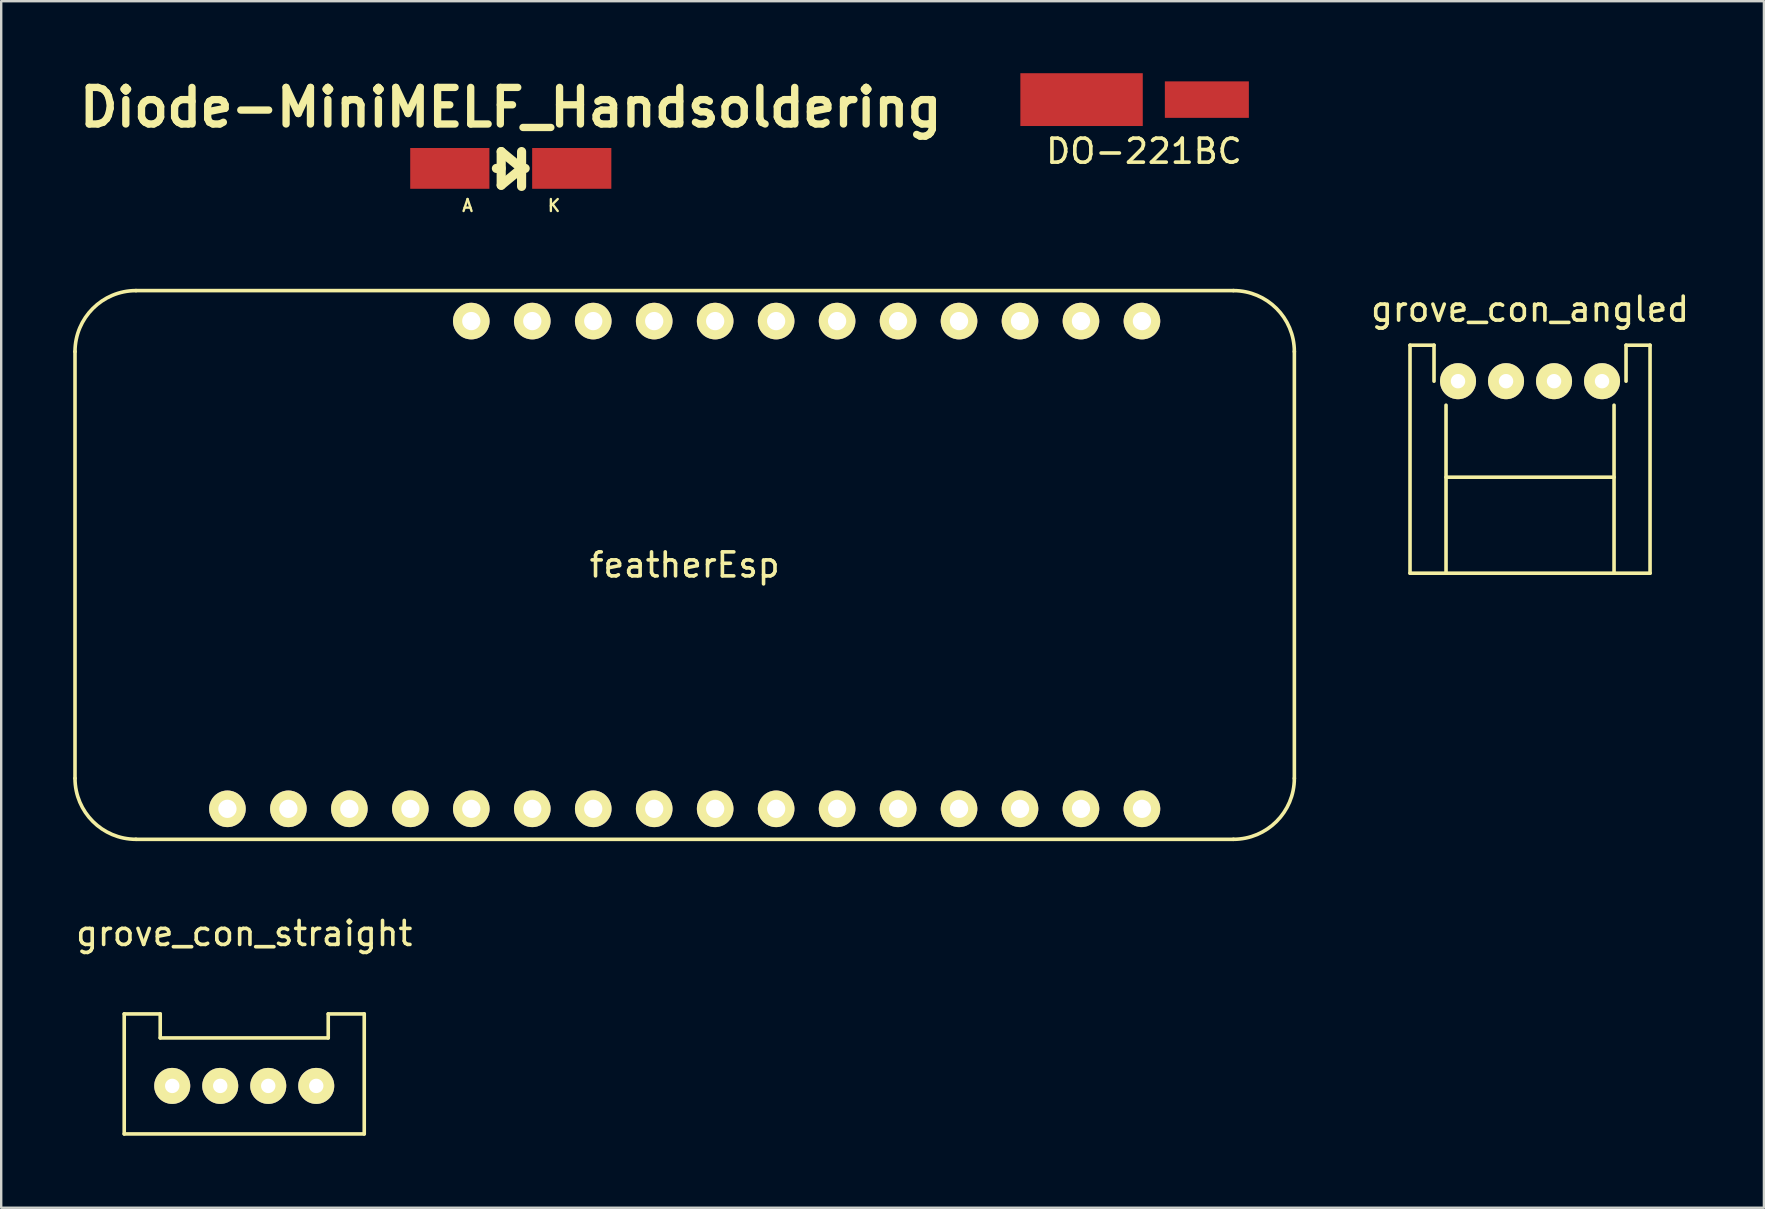
<source format=kicad_pcb>
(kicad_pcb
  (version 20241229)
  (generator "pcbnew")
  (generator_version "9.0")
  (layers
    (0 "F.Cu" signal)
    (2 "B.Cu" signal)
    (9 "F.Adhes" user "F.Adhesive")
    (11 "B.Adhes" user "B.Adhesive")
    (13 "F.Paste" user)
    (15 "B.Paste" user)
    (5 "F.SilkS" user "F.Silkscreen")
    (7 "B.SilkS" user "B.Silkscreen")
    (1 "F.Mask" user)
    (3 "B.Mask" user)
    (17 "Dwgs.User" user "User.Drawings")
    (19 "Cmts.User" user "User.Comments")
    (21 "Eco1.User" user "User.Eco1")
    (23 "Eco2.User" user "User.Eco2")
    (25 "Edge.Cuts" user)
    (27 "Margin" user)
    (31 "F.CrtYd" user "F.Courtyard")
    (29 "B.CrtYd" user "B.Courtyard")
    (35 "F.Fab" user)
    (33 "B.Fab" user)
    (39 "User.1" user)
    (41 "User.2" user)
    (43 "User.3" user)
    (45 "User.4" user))
  (footprint "featherEsp"
    (layer "F.Cu")
    (at 25.475 20.487)
    (property "Reference" "featherEsp" (at 0 0 0) (layer "F.SilkS") (effects (font (size 1 1) (thickness 0.15))))
    (attr through_hole)
    (fp_line (start -25.4 -8.89) (end -25.4 8.89) (stroke (width 0.15) (type solid)) (layer "F.SilkS"))
    (fp_line (start -22.86 11.43) (end 22.86 11.43) (stroke (width 0.15) (type solid)) (layer "F.SilkS"))
    (fp_line (start 22.86 -11.43) (end -22.86 -11.43) (stroke (width 0.15) (type solid)) (layer "F.SilkS"))
    (fp_line (start 25.4 -8.89) (end 25.4 8.89) (stroke (width 0.15) (type solid)) (layer "F.SilkS"))
    (fp_arc (start -25.4 -8.89) (mid -24.656051 -10.686051) (end -22.86 -11.43) (stroke (width 0.15) (type solid)) (layer "F.SilkS"))
    (fp_arc (start -22.86 11.43) (mid -24.656051 10.686051) (end -25.4 8.89) (stroke (width 0.15) (type solid)) (layer "F.SilkS"))
    (fp_arc (start 22.86 -11.43) (mid 24.656051 -10.686051) (end 25.4 -8.89) (stroke (width 0.15) (type solid)) (layer "F.SilkS"))
    (fp_arc (start 25.4 8.89) (mid 24.656051 10.686051) (end 22.86 11.43) (stroke (width 0.15) (type solid)) (layer "F.SilkS"))
    (pad "1" thru_hole circle (at 19.05 -10.16) (size 1.524 1.524) (drill 0.762) (layers "*.Cu" "*.Mask" "F.SilkS"))
    (pad "2" thru_hole circle (at 16.51 -10.16) (size 1.524 1.524) (drill 0.762) (layers "*.Cu" "*.Mask" "F.SilkS"))
    (pad "3" thru_hole circle (at 13.97 -10.16) (size 1.524 1.524) (drill 0.762) (layers "*.Cu" "*.Mask" "F.SilkS"))
    (pad "4" thru_hole circle (at 11.43 -10.16) (size 1.524 1.524) (drill 0.762) (layers "*.Cu" "*.Mask" "F.SilkS"))
    (pad "5" thru_hole circle (at 8.89 -10.16) (size 1.524 1.524) (drill 0.762) (layers "*.Cu" "*.Mask" "F.SilkS"))
    (pad "6" thru_hole circle (at 6.35 -10.16) (size 1.524 1.524) (drill 0.762) (layers "*.Cu" "*.Mask" "F.SilkS"))
    (pad "7" thru_hole circle (at 3.81 -10.16) (size 1.524 1.524) (drill 0.762) (layers "*.Cu" "*.Mask" "F.SilkS"))
    (pad "8" thru_hole circle (at 1.27 -10.16) (size 1.524 1.524) (drill 0.762) (layers "*.Cu" "*.Mask" "F.SilkS"))
    (pad "9" thru_hole circle (at -1.27 -10.16) (size 1.524 1.524) (drill 0.762) (layers "*.Cu" "*.Mask" "F.SilkS"))
    (pad "10" thru_hole circle (at -3.81 -10.16) (size 1.524 1.524) (drill 0.762) (layers "*.Cu" "*.Mask" "F.SilkS"))
    (pad "11" thru_hole circle (at -6.35 -10.16) (size 1.524 1.524) (drill 0.762) (layers "*.Cu" "*.Mask" "F.SilkS"))
    (pad "12" thru_hole circle (at -8.89 -10.16) (size 1.524 1.524) (drill 0.762) (layers "*.Cu" "*.Mask" "F.SilkS"))
    (pad "13" thru_hole circle (at -19.05 10.16) (size 1.524 1.524) (drill 0.762) (layers "*.Cu" "*.Mask" "F.SilkS"))
    (pad "14" thru_hole circle (at -16.51 10.16) (size 1.524 1.524) (drill 0.762) (layers "*.Cu" "*.Mask" "F.SilkS"))
    (pad "15" thru_hole circle (at -13.97 10.16) (size 1.524 1.524) (drill 0.762) (layers "*.Cu" "*.Mask" "F.SilkS"))
    (pad "16" thru_hole circle (at -11.43 10.16) (size 1.524 1.524) (drill 0.762) (layers "*.Cu" "*.Mask" "F.SilkS"))
    (pad "17" thru_hole circle (at -8.89 10.16) (size 1.524 1.524) (drill 0.762) (layers "*.Cu" "*.Mask" "F.SilkS"))
    (pad "18" thru_hole circle (at -6.35 10.16) (size 1.524 1.524) (drill 0.762) (layers "*.Cu" "*.Mask" "F.SilkS"))
    (pad "19" thru_hole circle (at -3.81 10.16) (size 1.524 1.524) (drill 0.762) (layers "*.Cu" "*.Mask" "F.SilkS"))
    (pad "20" thru_hole circle (at -1.27 10.16) (size 1.524 1.524) (drill 0.762) (layers "*.Cu" "*.Mask" "F.SilkS"))
    (pad "21" thru_hole circle (at 1.27 10.16) (size 1.524 1.524) (drill 0.762) (layers "*.Cu" "*.Mask" "F.SilkS"))
    (pad "22" thru_hole circle (at 3.81 10.16) (size 1.524 1.524) (drill 0.762) (layers "*.Cu" "*.Mask" "F.SilkS"))
    (pad "23" thru_hole circle (at 6.35 10.16) (size 1.524 1.524) (drill 0.762) (layers "*.Cu" "*.Mask" "F.SilkS"))
    (pad "24" thru_hole circle (at 8.89 10.16) (size 1.524 1.524) (drill 0.762) (layers "*.Cu" "*.Mask" "F.SilkS"))
    (pad "25" thru_hole circle (at 11.43 10.16) (size 1.524 1.524) (drill 0.762) (layers "*.Cu" "*.Mask" "F.SilkS"))
    (pad "26" thru_hole circle (at 13.97 10.16) (size 1.524 1.524) (drill 0.762) (layers "*.Cu" "*.Mask" "F.SilkS"))
    (pad "27" thru_hole circle (at 16.51 10.16) (size 1.524 1.524) (drill 0.762) (layers "*.Cu" "*.Mask" "F.SilkS"))
    (pad "28" thru_hole circle (at 19.05 10.16) (size 1.524 1.524) (drill 0.762) (layers "*.Cu" "*.Mask" "F.SilkS")))
  (footprint "DO-221BC"
    (layer "F.Cu")
    (at 44.56 1.1)
    (property "Reference" "DO-221BC" (at 0.05 2.15 0) (layer "F.SilkS") (effects (font (size 1 1) (thickness 0.15))))
    (attr through_hole)
    (pad "1" smd rect (at 2.67 0) (size 3.5 1.52) (layers "F.Cu" "F.Mask" "F.Paste"))
    (pad "2" smd rect (at -2.55 0) (size 5.1 2.2) (layers "F.Cu" "F.Mask" "F.Paste")))
  (footprint "Diode-MiniMELF_Handsoldering"
    (layer "F.Cu")
    (at 18.23 3.966)
    (property "Reference" "Diode-MiniMELF_Handsoldering" (at 0 -2.54 0) (layer "F.SilkS") (effects (font (size 1.524 1.524) (thickness 0.305))))
    (attr smd)
    (fp_line (start -0.399 -0.701) (end -0.399 0.701) (stroke (width 0.381) (type solid)) (layer "F.SilkS"))
    (fp_line (start -0.399 0) (end -0.599 0) (stroke (width 0.381) (type solid)) (layer "F.SilkS"))
    (fp_line (start -0.399 0.701) (end 0.45 0) (stroke (width 0.381) (type solid)) (layer "F.SilkS"))
    (fp_line (start 0.45 0) (end -0.399 -0.701) (stroke (width 0.381) (type solid)) (layer "F.SilkS"))
    (fp_line (start 0.45 0) (end 0.45 -0.701) (stroke (width 0.381) (type solid)) (layer "F.SilkS"))
    (fp_line (start 0.45 0) (end 0.45 0.749) (stroke (width 0.381) (type solid)) (layer "F.SilkS"))
    (fp_line (start 0.45 0) (end 0.599 0) (stroke (width 0.381) (type solid)) (layer "F.SilkS"))
    (fp_text user "K" (at 1.801 1.549 0) (layer "F.SilkS") (effects (font (size 0.5 0.5) (thickness 0.099))))
    (fp_text user "A" (at -1.801 1.549 0) (layer "F.SilkS") (effects (font (size 0.5 0.5) (thickness 0.099))))
    (pad "1" smd rect (at -2.54 0) (size 3.299 1.699) (layers "F.Cu" "F.Mask" "F.Paste"))
    (pad "2" smd rect (at 2.54 0) (size 3.299 1.699) (layers "F.Cu" "F.Mask" "F.Paste")))
  (footprint "grove_con_straight"
    (layer "F.Cu")
    (at 7.125 42.191)
    (property "Reference" "grove_con_straight" (at 0 -6.35 0) (layer "F.SilkS") (effects (font (size 1 1) (thickness 0.15))))
    (attr through_hole)
    (fp_line (start -5 -3) (end -3.5 -3) (stroke (width 0.15) (type solid)) (layer "F.SilkS"))
    (fp_line (start -5 2) (end -5 -3) (stroke (width 0.15) (type solid)) (layer "F.SilkS"))
    (fp_line (start -3.5 -3) (end -3.5 -2) (stroke (width 0.15) (type solid)) (layer "F.SilkS"))
    (fp_line (start 3.5 -3) (end 3.5 -2) (stroke (width 0.15) (type solid)) (layer "F.SilkS"))
    (fp_line (start 3.5 -2) (end -3.5 -2) (stroke (width 0.15) (type solid)) (layer "F.SilkS"))
    (fp_line (start 5 -3) (end 3.5 -3) (stroke (width 0.15) (type solid)) (layer "F.SilkS"))
    (fp_line (start 5 2) (end -5 2) (stroke (width 0.15) (type solid)) (layer "F.SilkS"))
    (fp_line (start 5 2) (end 5 -3) (stroke (width 0.15) (type solid)) (layer "F.SilkS"))
    (pad "1" thru_hole circle (at 3 0) (size 1.5 1.5) (drill 0.6) (layers "*.Cu" "*.Mask" "F.SilkS"))
    (pad "2" thru_hole circle (at 1 0) (size 1.5 1.5) (drill 0.6) (layers "*.Cu" "*.Mask" "F.SilkS"))
    (pad "3" thru_hole circle (at -1 0) (size 1.5 1.5) (drill 0.6) (layers "*.Cu" "*.Mask" "F.SilkS"))
    (pad "4" thru_hole circle (at -3 0) (size 1.5 1.5) (drill 0.6) (layers "*.Cu" "*.Mask" "F.SilkS")))
  (footprint "grove_con_angled"
    (layer "F.Cu")
    (at 60.694 12.831)
    (property "Reference" "grove_con_angled" (at 0 -3 0) (layer "F.SilkS") (effects (font (size 1 1) (thickness 0.15))))
    (attr through_hole)
    (fp_line (start -5 -1.5) (end -5 8) (stroke (width 0.15) (type solid)) (layer "F.SilkS"))
    (fp_line (start -5 8) (end 5 8) (stroke (width 0.15) (type solid)) (layer "F.SilkS"))
    (fp_line (start -4 -1.5) (end -5 -1.5) (stroke (width 0.15) (type solid)) (layer "F.SilkS"))
    (fp_line (start -4 0) (end -4 -1.5) (stroke (width 0.15) (type solid)) (layer "F.SilkS"))
    (fp_line (start -3.5 8) (end -3.5 1) (stroke (width 0.15) (type solid)) (layer "F.SilkS"))
    (fp_line (start 3.5 4) (end -3.5 4) (stroke (width 0.15) (type solid)) (layer "F.SilkS"))
    (fp_line (start 3.5 8) (end 3.5 1) (stroke (width 0.15) (type solid)) (layer "F.SilkS"))
    (fp_line (start 4 -1.5) (end 5 -1.5) (stroke (width 0.15) (type solid)) (layer "F.SilkS"))
    (fp_line (start 4 0) (end 4 -1.5) (stroke (width 0.15) (type solid)) (layer "F.SilkS"))
    (fp_line (start 5 -1.5) (end 5 8) (stroke (width 0.15) (type solid)) (layer "F.SilkS"))
    (pad "1" thru_hole circle (at 3 0) (size 1.5 1.5) (drill 0.6) (layers "*.Cu" "*.Mask" "F.SilkS"))
    (pad "2" thru_hole circle (at 1 0) (size 1.5 1.5) (drill 0.6) (layers "*.Cu" "*.Mask" "F.SilkS"))
    (pad "3" thru_hole circle (at -1 0) (size 1.5 1.5) (drill 0.6) (layers "*.Cu" "*.Mask" "F.SilkS"))
    (pad "4" thru_hole circle (at -3 0) (size 1.5 1.5) (drill 0.6) (layers "*.Cu" "*.Mask" "F.SilkS")))
  (gr_rect
    (start -3 -3)
    (end 70.438 47.266)
    (stroke (width 0.1) (type default))
    (fill no)
    (layer "Edge.Cuts")))
</source>
